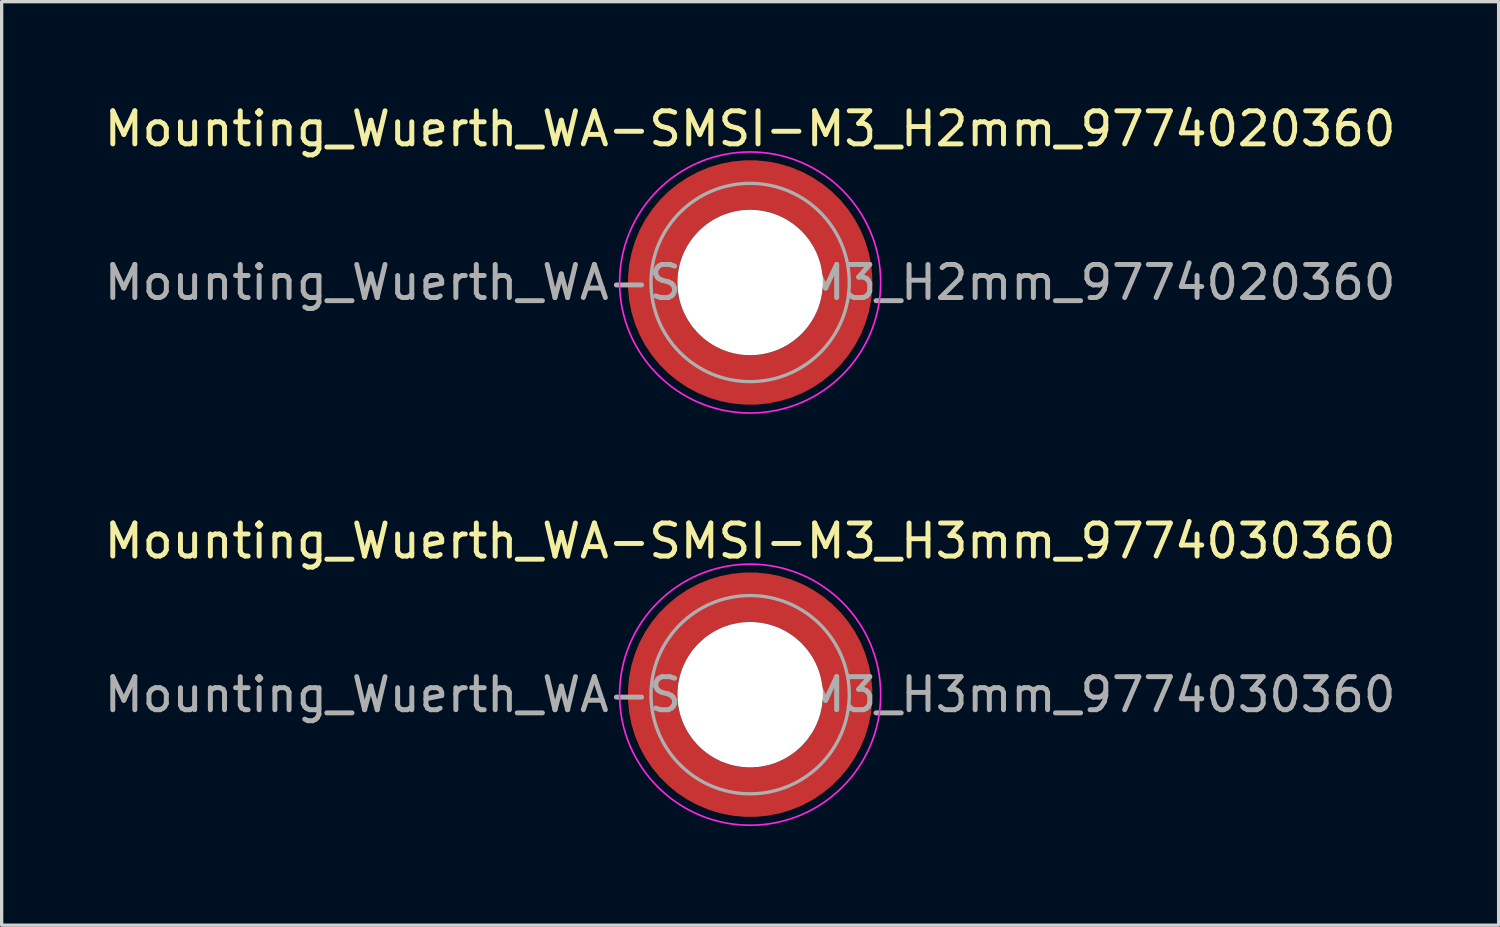
<source format=kicad_pcb>
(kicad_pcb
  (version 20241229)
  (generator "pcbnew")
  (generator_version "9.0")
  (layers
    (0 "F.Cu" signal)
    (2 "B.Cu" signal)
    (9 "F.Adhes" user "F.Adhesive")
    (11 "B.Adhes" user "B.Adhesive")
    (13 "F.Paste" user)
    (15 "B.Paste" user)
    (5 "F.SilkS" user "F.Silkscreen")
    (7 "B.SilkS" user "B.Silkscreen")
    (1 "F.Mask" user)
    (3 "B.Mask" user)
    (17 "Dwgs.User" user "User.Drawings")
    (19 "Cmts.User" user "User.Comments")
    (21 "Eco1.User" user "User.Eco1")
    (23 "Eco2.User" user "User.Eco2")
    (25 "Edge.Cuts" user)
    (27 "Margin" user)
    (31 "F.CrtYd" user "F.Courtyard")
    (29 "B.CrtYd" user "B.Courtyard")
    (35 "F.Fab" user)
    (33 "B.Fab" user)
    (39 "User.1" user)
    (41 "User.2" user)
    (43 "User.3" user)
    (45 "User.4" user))
  (footprint "Mounting_Wuerth_WA-SMSI-M3_H2mm_9774020360"
    (layer "F.Cu")
    (at 19.649 5.498)
    (property "Reference" "Mounting_Wuerth_WA-SMSI-M3_H2mm_9774020360" (at 0 -4.65 0) (layer "F.SilkS") (effects (font (size 1 1) (thickness 0.15))))
    (property "Mouser Part no." "" (at 0 0 0) (layer "F.Fab") (effects (font (size 1.27 1.27) (thickness 0.15))))
    (property "Mouser link" "" (at 0 0 0) (layer "F.Fab") (effects (font (size 1.27 1.27) (thickness 0.15))))
    (attr smd)
    (fp_circle (center 0 0) (end 3.95 0) (stroke (width 0.05) (type solid)) (fill no) (layer "F.CrtYd"))
    (fp_circle (center 0 0) (end 3 0) (stroke (width 0.1) (type solid)) (fill no) (layer "F.Fab"))
    (fp_text user "${REFERENCE}" (at 0 0 0) (layer "F.Fab") (effects (font (size 1 1) (thickness 0.15))))
    (pad "" smd custom (at -2.058 -2.058) (size 0.7 0.7) (layers "F.Paste") (options (anchor circle)) (primitives (gr_arc (start -0.377294 1.707681) (mid 0.317579 0.318817) (end 1.705947 -0.377044) (width 0.2)) (gr_arc (start -0.478281 1.707681) (mid 0.246161 0.248814) (end 1.703965 -0.477765) (width 0.2)) (gr_arc (start -0.579192 1.707681) (mid 0.175492 0.178063) (end 1.704077 -0.578711) (width 0.2)) (gr_arc (start -0.680037 1.707681) (mid 0.105568 0.106564) (end 1.706284 -0.679858) (width 0.2)) (gr_arc (start -0.780822 1.707681) (mid 0.034627 0.036085) (end 1.705634 -0.780569) (width 0.2)) (gr_arc (start -0.881554 1.707681) (mid -0.035694 -0.035016) (end 1.706729 -0.881441) (width 0.2)) (gr_arc (start -0.982237 1.707681) (mid -0.107281 -0.10485) (end 1.704266 -0.981842) (width 0.2)) (gr_arc (start -1.082877 1.707681) (mid -0.178372 -0.175181) (end 1.703197 -1.082374) (width 0.2)) (gr_arc (start -1.183476 1.707681) (mid -0.248964 -0.246008) (end 1.703525 -1.183025) (width 0.2)) (gr_arc (start -1.28404 1.707681) (mid -0.319062 -0.317333) (end 1.70525 -1.283784) (width 0.2)) (gr_line (start 1.708 -0.377) (end 1.708 -1.284) (width 0.2)) (gr_line (start -0.377 1.708) (end -1.284 1.708) (width 0.2))))
    (pad "" smd custom (at -2.058 2.058) (size 0.7 0.7) (layers "F.Paste") (options (anchor circle)) (primitives (gr_arc (start 1.707681 0.377294) (mid 0.318817 -0.317579) (end -0.377044 -1.705947) (width 0.2)) (gr_arc (start 1.707681 0.478281) (mid 0.248814 -0.246161) (end -0.477765 -1.703965) (width 0.2)) (gr_arc (start 1.707681 0.579192) (mid 0.178063 -0.175492) (end -0.578711 -1.704077) (width 0.2)) (gr_arc (start 1.707681 0.680037) (mid 0.106564 -0.105568) (end -0.679858 -1.706284) (width 0.2)) (gr_arc (start 1.707681 0.780822) (mid 0.036085 -0.034627) (end -0.780569 -1.705634) (width 0.2)) (gr_arc (start 1.707681 0.881554) (mid -0.035016 0.035694) (end -0.881441 -1.706729) (width 0.2)) (gr_arc (start 1.707681 0.982237) (mid -0.10485 0.107281) (end -0.981842 -1.704266) (width 0.2)) (gr_arc (start 1.707681 1.082877) (mid -0.175181 0.178372) (end -1.082374 -1.703197) (width 0.2)) (gr_arc (start 1.707681 1.183476) (mid -0.246008 0.248964) (end -1.183025 -1.703525) (width 0.2)) (gr_arc (start 1.707681 1.28404) (mid -0.317333 0.319062) (end -1.283784 -1.70525) (width 0.2)) (gr_line (start -0.377 -1.708) (end -1.284 -1.708) (width 0.2)) (gr_line (start 1.708 0.377) (end 1.708 1.284) (width 0.2))))
    (pad "" np_thru_hole circle (at 0 0) (size 4.4 4.4) (drill 4.4) (layers "*.Cu" "*.Mask"))
    (pad "" smd custom (at 2.058 -2.058) (size 0.7 0.7) (layers "F.Paste") (options (anchor circle)) (primitives (gr_arc (start -1.707681 -0.377294) (mid -0.318817 0.317579) (end 0.377044 1.705947) (width 0.2)) (gr_arc (start -1.707681 -0.478281) (mid -0.248814 0.246161) (end 0.477765 1.703965) (width 0.2)) (gr_arc (start -1.707681 -0.579192) (mid -0.178063 0.175492) (end 0.578711 1.704077) (width 0.2)) (gr_arc (start -1.707681 -0.680037) (mid -0.106564 0.105568) (end 0.679858 1.706284) (width 0.2)) (gr_arc (start -1.707681 -0.780822) (mid -0.036085 0.034627) (end 0.780569 1.705634) (width 0.2)) (gr_arc (start -1.707681 -0.881554) (mid 0.035016 -0.035694) (end 0.881441 1.706729) (width 0.2)) (gr_arc (start -1.707681 -0.982237) (mid 0.10485 -0.107281) (end 0.981842 1.704266) (width 0.2)) (gr_arc (start -1.707681 -1.082877) (mid 0.175181 -0.178372) (end 1.082374 1.703197) (width 0.2)) (gr_arc (start -1.707681 -1.183476) (mid 0.246008 -0.248964) (end 1.183025 1.703525) (width 0.2)) (gr_arc (start -1.707681 -1.28404) (mid 0.317333 -0.319062) (end 1.283784 1.70525) (width 0.2)) (gr_line (start 0.377 1.708) (end 1.284 1.708) (width 0.2)) (gr_line (start -1.708 -0.377) (end -1.708 -1.284) (width 0.2))))
    (pad "" smd custom (at 2.058 2.058) (size 0.7 0.7) (layers "F.Paste") (options (anchor circle)) (primitives (gr_arc (start 0.377294 -1.707681) (mid -0.317579 -0.318817) (end -1.705947 0.377044) (width 0.2)) (gr_arc (start 0.478281 -1.707681) (mid -0.246161 -0.248814) (end -1.703965 0.477765) (width 0.2)) (gr_arc (start 0.579192 -1.707681) (mid -0.175492 -0.178063) (end -1.704077 0.578711) (width 0.2)) (gr_arc (start 0.680037 -1.707681) (mid -0.105568 -0.106564) (end -1.706284 0.679858) (width 0.2)) (gr_arc (start 0.780822 -1.707681) (mid -0.034627 -0.036085) (end -1.705634 0.780569) (width 0.2)) (gr_arc (start 0.881554 -1.707681) (mid 0.035694 0.035016) (end -1.706729 0.881441) (width 0.2)) (gr_arc (start 0.982237 -1.707681) (mid 0.107281 0.10485) (end -1.704266 0.981842) (width 0.2)) (gr_arc (start 1.082877 -1.707681) (mid 0.178372 0.175181) (end -1.703197 1.082374) (width 0.2)) (gr_arc (start 1.183476 -1.707681) (mid 0.248964 0.246008) (end -1.703525 1.183025) (width 0.2)) (gr_arc (start 1.28404 -1.707681) (mid 0.319062 0.317333) (end -1.70525 1.283784) (width 0.2)) (gr_line (start -1.708 0.377) (end -1.708 1.284) (width 0.2)) (gr_line (start 0.377 -1.708) (end 1.284 -1.708) (width 0.2))))
    (pad "1" smd circle (at -2.95 0) (size 1.1 1.1) (layers "F.Cu"))
    (pad "1" smd circle (at 0 -2.95) (size 1.1 1.1) (layers "F.Cu"))
    (pad "1" smd circle (at 0 2.95) (size 1.1 1.1) (layers "F.Cu"))
    (pad "1" smd custom (at 2.95 0) (size 1.1 1.1) (layers "F.Cu" "F.Mask") (options (anchor circle)) (primitives (gr_circle (center -2.95 0) (end 0 0) (width 1.5) (fill no)))))
  (footprint "Mounting_Wuerth_WA-SMSI-M3_H3mm_9774030360"
    (layer "F.Cu")
    (at 19.649 17.971)
    (property "Reference" "Mounting_Wuerth_WA-SMSI-M3_H3mm_9774030360" (at 0 -4.65 0) (layer "F.SilkS") (effects (font (size 1 1) (thickness 0.15))))
    (property "Mouser Part no." "" (at 0 0 0) (layer "F.Fab") (effects (font (size 1.27 1.27) (thickness 0.15))))
    (property "Mouser link" "" (at 0 0 0) (layer "F.Fab") (effects (font (size 1.27 1.27) (thickness 0.15))))
    (attr smd)
    (fp_circle (center 0 0) (end 3.95 0) (stroke (width 0.05) (type solid)) (fill no) (layer "F.CrtYd"))
    (fp_circle (center 0 0) (end 3 0) (stroke (width 0.1) (type solid)) (fill no) (layer "F.Fab"))
    (fp_text user "${REFERENCE}" (at 0 0 0) (layer "F.Fab") (effects (font (size 1 1) (thickness 0.15))))
    (pad "" smd custom (at -2.058 -2.058) (size 0.7 0.7) (layers "F.Paste") (options (anchor circle)) (primitives (gr_arc (start -0.377294 1.707681) (mid 0.317579 0.318817) (end 1.705947 -0.377044) (width 0.2)) (gr_arc (start -0.478281 1.707681) (mid 0.246161 0.248814) (end 1.703965 -0.477765) (width 0.2)) (gr_arc (start -0.579192 1.707681) (mid 0.175492 0.178063) (end 1.704077 -0.578711) (width 0.2)) (gr_arc (start -0.680037 1.707681) (mid 0.105568 0.106564) (end 1.706284 -0.679858) (width 0.2)) (gr_arc (start -0.780822 1.707681) (mid 0.034627 0.036085) (end 1.705634 -0.780569) (width 0.2)) (gr_arc (start -0.881554 1.707681) (mid -0.035694 -0.035016) (end 1.706729 -0.881441) (width 0.2)) (gr_arc (start -0.982237 1.707681) (mid -0.107281 -0.10485) (end 1.704266 -0.981842) (width 0.2)) (gr_arc (start -1.082877 1.707681) (mid -0.178372 -0.175181) (end 1.703197 -1.082374) (width 0.2)) (gr_arc (start -1.183476 1.707681) (mid -0.248964 -0.246008) (end 1.703525 -1.183025) (width 0.2)) (gr_arc (start -1.28404 1.707681) (mid -0.319062 -0.317333) (end 1.70525 -1.283784) (width 0.2)) (gr_line (start 1.708 -0.377) (end 1.708 -1.284) (width 0.2)) (gr_line (start -0.377 1.708) (end -1.284 1.708) (width 0.2))))
    (pad "" smd custom (at -2.058 2.058) (size 0.7 0.7) (layers "F.Paste") (options (anchor circle)) (primitives (gr_arc (start 1.707681 0.377294) (mid 0.318817 -0.317579) (end -0.377044 -1.705947) (width 0.2)) (gr_arc (start 1.707681 0.478281) (mid 0.248814 -0.246161) (end -0.477765 -1.703965) (width 0.2)) (gr_arc (start 1.707681 0.579192) (mid 0.178063 -0.175492) (end -0.578711 -1.704077) (width 0.2)) (gr_arc (start 1.707681 0.680037) (mid 0.106564 -0.105568) (end -0.679858 -1.706284) (width 0.2)) (gr_arc (start 1.707681 0.780822) (mid 0.036085 -0.034627) (end -0.780569 -1.705634) (width 0.2)) (gr_arc (start 1.707681 0.881554) (mid -0.035016 0.035694) (end -0.881441 -1.706729) (width 0.2)) (gr_arc (start 1.707681 0.982237) (mid -0.10485 0.107281) (end -0.981842 -1.704266) (width 0.2)) (gr_arc (start 1.707681 1.082877) (mid -0.175181 0.178372) (end -1.082374 -1.703197) (width 0.2)) (gr_arc (start 1.707681 1.183476) (mid -0.246008 0.248964) (end -1.183025 -1.703525) (width 0.2)) (gr_arc (start 1.707681 1.28404) (mid -0.317333 0.319062) (end -1.283784 -1.70525) (width 0.2)) (gr_line (start -0.377 -1.708) (end -1.284 -1.708) (width 0.2)) (gr_line (start 1.708 0.377) (end 1.708 1.284) (width 0.2))))
    (pad "" np_thru_hole circle (at 0 0) (size 4.4 4.4) (drill 4.4) (layers "*.Cu" "*.Mask"))
    (pad "" smd custom (at 2.058 -2.058) (size 0.7 0.7) (layers "F.Paste") (options (anchor circle)) (primitives (gr_arc (start -1.707681 -0.377294) (mid -0.318817 0.317579) (end 0.377044 1.705947) (width 0.2)) (gr_arc (start -1.707681 -0.478281) (mid -0.248814 0.246161) (end 0.477765 1.703965) (width 0.2)) (gr_arc (start -1.707681 -0.579192) (mid -0.178063 0.175492) (end 0.578711 1.704077) (width 0.2)) (gr_arc (start -1.707681 -0.680037) (mid -0.106564 0.105568) (end 0.679858 1.706284) (width 0.2)) (gr_arc (start -1.707681 -0.780822) (mid -0.036085 0.034627) (end 0.780569 1.705634) (width 0.2)) (gr_arc (start -1.707681 -0.881554) (mid 0.035016 -0.035694) (end 0.881441 1.706729) (width 0.2)) (gr_arc (start -1.707681 -0.982237) (mid 0.10485 -0.107281) (end 0.981842 1.704266) (width 0.2)) (gr_arc (start -1.707681 -1.082877) (mid 0.175181 -0.178372) (end 1.082374 1.703197) (width 0.2)) (gr_arc (start -1.707681 -1.183476) (mid 0.246008 -0.248964) (end 1.183025 1.703525) (width 0.2)) (gr_arc (start -1.707681 -1.28404) (mid 0.317333 -0.319062) (end 1.283784 1.70525) (width 0.2)) (gr_line (start 0.377 1.708) (end 1.284 1.708) (width 0.2)) (gr_line (start -1.708 -0.377) (end -1.708 -1.284) (width 0.2))))
    (pad "" smd custom (at 2.058 2.058) (size 0.7 0.7) (layers "F.Paste") (options (anchor circle)) (primitives (gr_arc (start 0.377294 -1.707681) (mid -0.317579 -0.318817) (end -1.705947 0.377044) (width 0.2)) (gr_arc (start 0.478281 -1.707681) (mid -0.246161 -0.248814) (end -1.703965 0.477765) (width 0.2)) (gr_arc (start 0.579192 -1.707681) (mid -0.175492 -0.178063) (end -1.704077 0.578711) (width 0.2)) (gr_arc (start 0.680037 -1.707681) (mid -0.105568 -0.106564) (end -1.706284 0.679858) (width 0.2)) (gr_arc (start 0.780822 -1.707681) (mid -0.034627 -0.036085) (end -1.705634 0.780569) (width 0.2)) (gr_arc (start 0.881554 -1.707681) (mid 0.035694 0.035016) (end -1.706729 0.881441) (width 0.2)) (gr_arc (start 0.982237 -1.707681) (mid 0.107281 0.10485) (end -1.704266 0.981842) (width 0.2)) (gr_arc (start 1.082877 -1.707681) (mid 0.178372 0.175181) (end -1.703197 1.082374) (width 0.2)) (gr_arc (start 1.183476 -1.707681) (mid 0.248964 0.246008) (end -1.703525 1.183025) (width 0.2)) (gr_arc (start 1.28404 -1.707681) (mid 0.319062 0.317333) (end -1.70525 1.283784) (width 0.2)) (gr_line (start -1.708 0.377) (end -1.708 1.284) (width 0.2)) (gr_line (start 0.377 -1.708) (end 1.284 -1.708) (width 0.2))))
    (pad "1" smd circle (at -2.95 0) (size 1.1 1.1) (layers "F.Cu"))
    (pad "1" smd circle (at 0 -2.95) (size 1.1 1.1) (layers "F.Cu"))
    (pad "1" smd circle (at 0 2.95) (size 1.1 1.1) (layers "F.Cu"))
    (pad "1" smd custom (at 2.95 0) (size 1.1 1.1) (layers "F.Cu" "F.Mask") (options (anchor circle)) (primitives (gr_circle (center -2.95 0) (end 0 0) (width 1.5) (fill no)))))
  (gr_rect
    (start -3 -3)
    (end 42.298 24.947)
    (stroke (width 0.1) (type default))
    (fill no)
    (layer "Edge.Cuts")))
</source>
